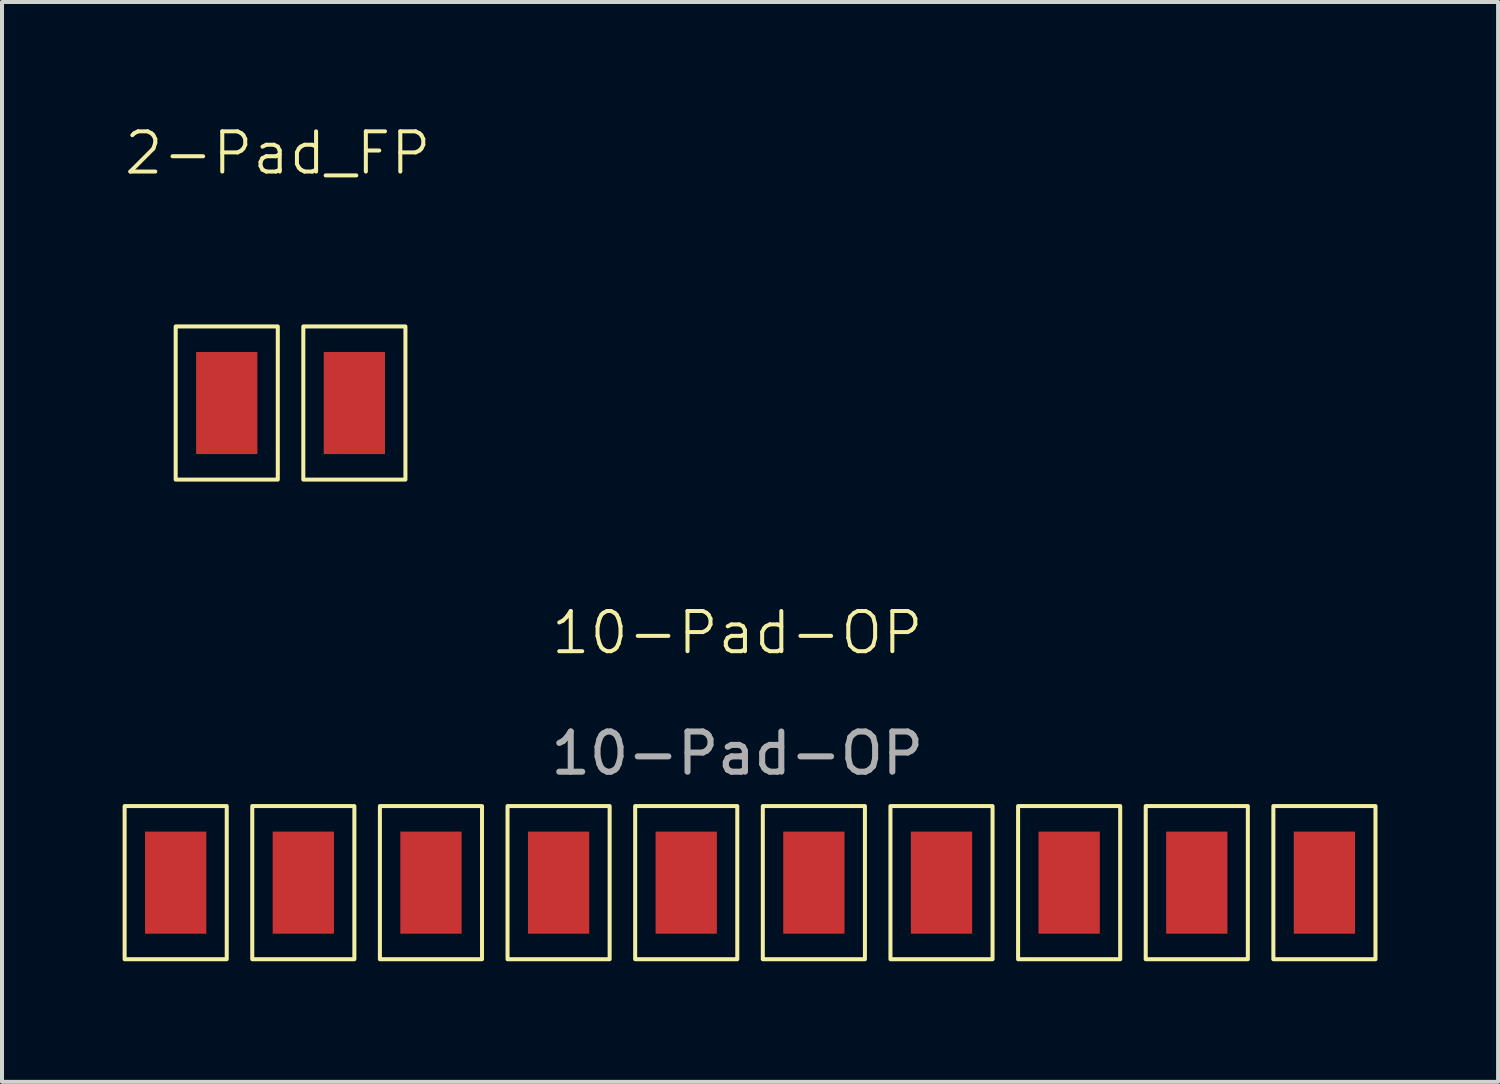
<source format=kicad_pcb>
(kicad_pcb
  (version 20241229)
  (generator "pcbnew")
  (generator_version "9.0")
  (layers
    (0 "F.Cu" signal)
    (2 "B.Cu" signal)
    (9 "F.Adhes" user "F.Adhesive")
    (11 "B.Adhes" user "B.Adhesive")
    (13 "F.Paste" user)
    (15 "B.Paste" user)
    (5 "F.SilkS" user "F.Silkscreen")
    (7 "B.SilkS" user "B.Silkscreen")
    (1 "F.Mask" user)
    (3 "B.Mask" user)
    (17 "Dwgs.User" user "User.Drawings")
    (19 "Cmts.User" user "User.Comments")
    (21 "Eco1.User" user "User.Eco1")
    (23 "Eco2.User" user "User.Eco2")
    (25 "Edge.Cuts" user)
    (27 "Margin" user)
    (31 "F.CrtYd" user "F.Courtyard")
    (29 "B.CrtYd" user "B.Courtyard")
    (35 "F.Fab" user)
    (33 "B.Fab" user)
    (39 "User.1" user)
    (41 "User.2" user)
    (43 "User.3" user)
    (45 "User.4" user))
  (footprint "2-Pad_FP"
    (layer "F.Cu")
    (at 3.86 1.26)
    (property "Reference" "2-Pad_FP" (at 0 -0.5 0) (unlocked yes) (layer "F.SilkS") (effects (font (size 1 1) (thickness 0.1))))
    (attr smd)
    (fp_rect (start -2.54 3.81) (end 0 7.62) (stroke (width 0.1) (type default)) (fill no) (layer "F.SilkS"))
    (fp_rect (start 0.635 3.81) (end 3.175 7.62) (stroke (width 0.1) (type default)) (fill no) (layer "F.SilkS"))
    (pad "1" smd rect (at -1.27 5.715) (size 1.524 2.54) (layers "F.Cu" "F.Mask" "F.Paste"))
    (pad "2" smd rect (at 1.905 5.715) (size 1.524 2.54) (layers "F.Cu" "F.Mask" "F.Paste")))
  (footprint "10-Pad-OP"
    (layer "F.Cu")
    (at 15.29 13.191)
    (property "Reference" "10-Pad-OP" (at 0 -0.5 0) (unlocked yes) (layer "F.SilkS") (effects (font (size 1 1) (thickness 0.1))))
    (attr smd)
    (fp_rect (start -15.24 3.81) (end -12.7 7.62) (stroke (width 0.1) (type default)) (fill no) (layer "F.SilkS"))
    (fp_rect (start -12.065 3.81) (end -9.525 7.62) (stroke (width 0.1) (type default)) (fill no) (layer "F.SilkS"))
    (fp_rect (start -8.89 3.81) (end -6.35 7.62) (stroke (width 0.1) (type default)) (fill no) (layer "F.SilkS"))
    (fp_rect (start -5.715 3.81) (end -3.175 7.62) (stroke (width 0.1) (type default)) (fill no) (layer "F.SilkS"))
    (fp_rect (start -2.54 3.81) (end 0 7.62) (stroke (width 0.1) (type default)) (fill no) (layer "F.SilkS"))
    (fp_rect (start 0.635 3.81) (end 3.175 7.62) (stroke (width 0.1) (type default)) (fill no) (layer "F.SilkS"))
    (fp_rect (start 3.81 3.81) (end 6.35 7.62) (stroke (width 0.1) (type default)) (fill no) (layer "F.SilkS"))
    (fp_rect (start 6.985 3.81) (end 9.525 7.62) (stroke (width 0.1) (type default)) (fill no) (layer "F.SilkS"))
    (fp_rect (start 10.16 3.81) (end 12.7 7.62) (stroke (width 0.1) (type default)) (fill no) (layer "F.SilkS"))
    (fp_rect (start 13.335 3.81) (end 15.875 7.62) (stroke (width 0.1) (type default)) (fill no) (layer "F.SilkS"))
    (fp_text user "${REFERENCE}" (at 0 2.5 0) (unlocked yes) (layer "F.Fab") (effects (font (size 1 1) (thickness 0.15))))
    (pad "1" smd rect (at -13.97 5.715) (size 1.524 2.54) (layers "F.Cu" "F.Mask" "F.Paste"))
    (pad "2" smd rect (at -10.795 5.715) (size 1.524 2.54) (layers "F.Cu" "F.Mask" "F.Paste"))
    (pad "3" smd rect (at -7.62 5.715) (size 1.524 2.54) (layers "F.Cu" "F.Mask" "F.Paste"))
    (pad "4" smd rect (at -4.445 5.715) (size 1.524 2.54) (layers "F.Cu" "F.Mask" "F.Paste"))
    (pad "5" smd rect (at -1.27 5.715) (size 1.524 2.54) (layers "F.Cu" "F.Mask" "F.Paste"))
    (pad "6" smd rect (at 1.905 5.715) (size 1.524 2.54) (layers "F.Cu" "F.Mask" "F.Paste"))
    (pad "7" smd rect (at 5.08 5.715) (size 1.524 2.54) (layers "F.Cu" "F.Mask" "F.Paste"))
    (pad "8" smd rect (at 8.255 5.715) (size 1.524 2.54) (layers "F.Cu" "F.Mask" "F.Paste"))
    (pad "9" smd rect (at 11.43 5.715) (size 1.524 2.54) (layers "F.Cu" "F.Mask" "F.Paste"))
    (pad "10" smd rect (at 14.605 5.715) (size 1.524 2.54) (layers "F.Cu" "F.Mask" "F.Paste")))
  (gr_rect
    (start -3 -3)
    (end 34.215 23.861)
    (stroke (width 0.1) (type default))
    (fill no)
    (layer "Edge.Cuts")))
</source>
